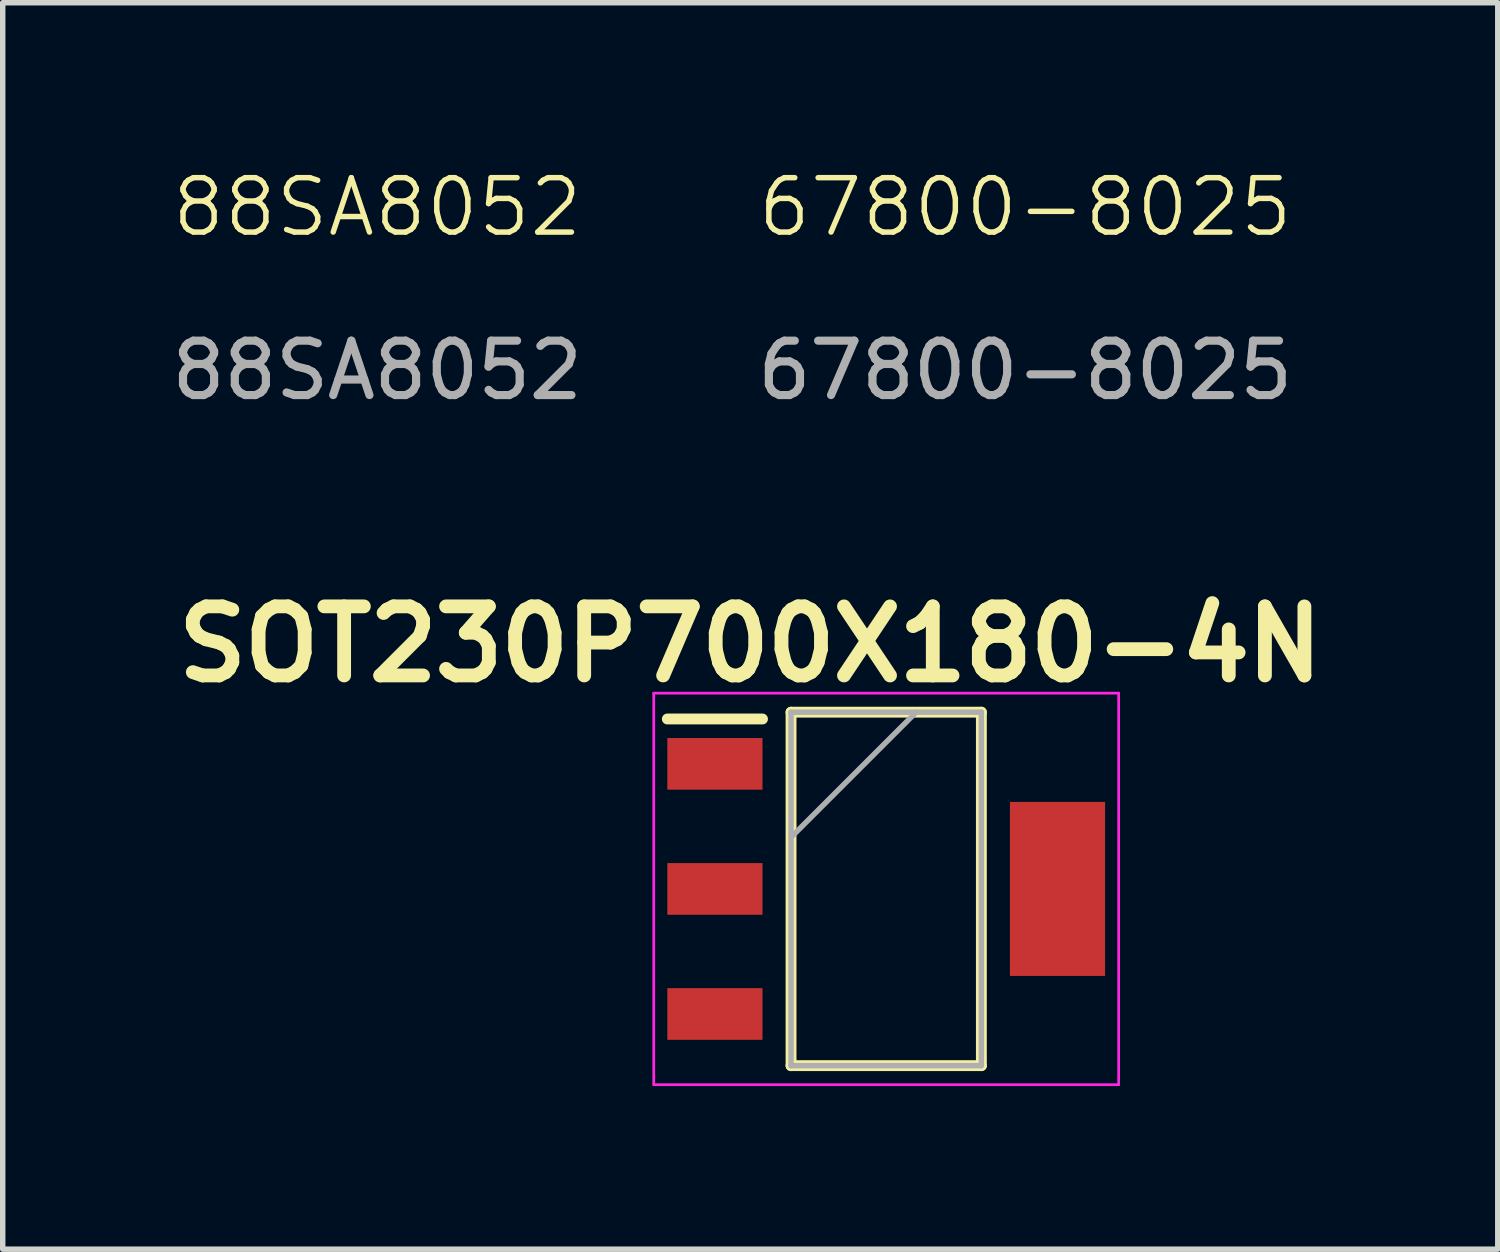
<source format=kicad_pcb>
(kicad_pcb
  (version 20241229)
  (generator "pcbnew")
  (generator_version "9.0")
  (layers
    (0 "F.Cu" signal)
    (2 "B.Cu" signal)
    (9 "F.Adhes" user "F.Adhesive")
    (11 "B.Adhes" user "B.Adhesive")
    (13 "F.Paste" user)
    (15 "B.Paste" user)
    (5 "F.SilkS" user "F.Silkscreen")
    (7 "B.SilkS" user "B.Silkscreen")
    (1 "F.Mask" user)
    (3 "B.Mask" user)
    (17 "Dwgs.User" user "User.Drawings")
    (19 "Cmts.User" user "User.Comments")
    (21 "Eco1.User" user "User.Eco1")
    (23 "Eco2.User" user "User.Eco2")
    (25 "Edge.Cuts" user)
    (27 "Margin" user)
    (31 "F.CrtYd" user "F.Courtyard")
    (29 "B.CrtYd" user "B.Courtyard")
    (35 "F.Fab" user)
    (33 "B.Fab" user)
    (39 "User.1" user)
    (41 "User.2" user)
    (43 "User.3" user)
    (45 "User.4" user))
  (footprint "67800-8025"
    (layer "F.Cu")
    (at 15.804 1.26)
    (property "Reference" "67800-8025" (at 0 -0.5 0) (unlocked yes) (layer "F.SilkS") (effects (font (size 1 1) (thickness 0.1))))
    (attr smd)
    (fp_text user "${REFERENCE}" (at 0 2.5 0) (unlocked yes) (layer "F.Fab") (effects (font (size 1 1) (thickness 0.15)))))
  (footprint "88SA8052"
    (layer "F.Cu")
    (at 3.887 1.26)
    (property "Reference" "88SA8052" (at 0 -0.5 0) (unlocked yes) (layer "F.SilkS") (effects (font (size 1 1) (thickness 0.1))))
    (attr smd)
    (fp_text user "${REFERENCE}" (at 0 2.5 0) (unlocked yes) (layer "F.Fab") (effects (font (size 1 1) (thickness 0.15)))))
  (footprint "SOT230P700X180-4N"
    (layer "F.Cu")
    (at 13.247 13.297)
    (property "Reference" "SOT230P700X180-4N" (at -2.5 -4.5 0) (layer "F.SilkS") (effects (font (size 1.27 1.27) (thickness 0.254))))
    (attr smd)
    (fp_line (start -4.025 -3.125) (end -2.275 -3.125) (stroke (width 0.2) (type solid)) (layer "F.SilkS"))
    (fp_line (start -1.75 -3.25) (end 1.75 -3.25) (stroke (width 0.2) (type solid)) (layer "F.SilkS"))
    (fp_line (start -1.75 3.25) (end -1.75 -3.25) (stroke (width 0.2) (type solid)) (layer "F.SilkS"))
    (fp_line (start 1.75 -3.25) (end 1.75 3.25) (stroke (width 0.2) (type solid)) (layer "F.SilkS"))
    (fp_line (start 1.75 3.25) (end -1.75 3.25) (stroke (width 0.2) (type solid)) (layer "F.SilkS"))
    (fp_line (start -4.275 -3.6) (end 4.275 -3.6) (stroke (width 0.05) (type solid)) (layer "F.CrtYd"))
    (fp_line (start -4.275 3.6) (end -4.275 -3.6) (stroke (width 0.05) (type solid)) (layer "F.CrtYd"))
    (fp_line (start 4.275 -3.6) (end 4.275 3.6) (stroke (width 0.05) (type solid)) (layer "F.CrtYd"))
    (fp_line (start 4.275 3.6) (end -4.275 3.6) (stroke (width 0.05) (type solid)) (layer "F.CrtYd"))
    (fp_line (start -1.75 -3.25) (end 1.75 -3.25) (stroke (width 0.1) (type solid)) (layer "F.Fab"))
    (fp_line (start -1.75 -0.95) (end 0.55 -3.25) (stroke (width 0.1) (type solid)) (layer "F.Fab"))
    (fp_line (start -1.75 3.25) (end -1.75 -3.25) (stroke (width 0.1) (type solid)) (layer "F.Fab"))
    (fp_line (start 1.75 -3.25) (end 1.75 3.25) (stroke (width 0.1) (type solid)) (layer "F.Fab"))
    (fp_line (start 1.75 3.25) (end -1.75 3.25) (stroke (width 0.1) (type solid)) (layer "F.Fab"))
    (pad "1" smd rect (at -3.15 -2.3 90) (size 0.95 1.75) (layers "F.Cu" "F.Mask" "F.Paste"))
    (pad "2" smd rect (at -3.15 0 90) (size 0.95 1.75) (layers "F.Cu" "F.Mask" "F.Paste"))
    (pad "3" smd rect (at -3.15 2.3 90) (size 0.95 1.75) (layers "F.Cu" "F.Mask" "F.Paste"))
    (pad "4" smd rect (at 3.15 0) (size 1.75 3.2) (layers "F.Cu" "F.Mask" "F.Paste")))
  (gr_rect
    (start -3 -3)
    (end 24.493 19.922)
    (stroke (width 0.1) (type default))
    (fill no)
    (layer "Edge.Cuts")))
</source>
